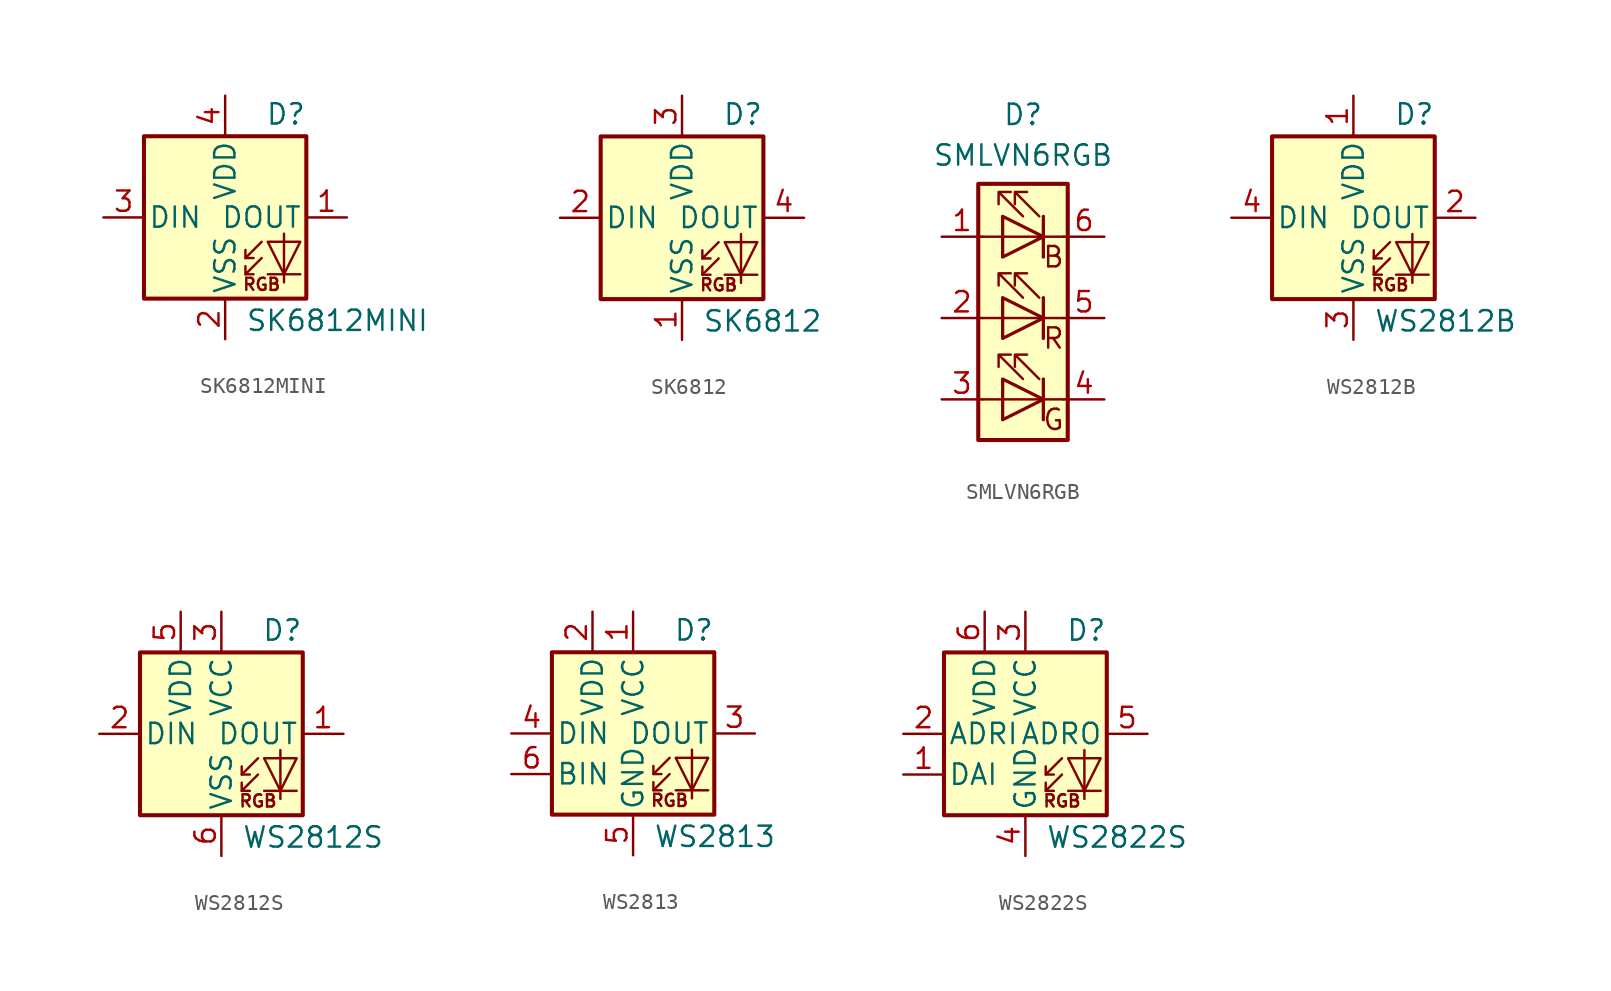
<source format=kicad_sym>
(kicad_symbol_lib
  (version 20201005)
  (generator kicad_symbol_editor)
  (symbol "SK6812MINI"
    (pin_names
      (offset 0.254))
    (property "Reference" "D"
      (at 5.08 5.715 0)
      (effects (font (size 1.27 1.27)) (justify right bottom)))
    (property "Value" "SK6812MINI"
      (at 1.27 -5.715 0)
      (effects (font (size 1.27 1.27)) (justify left top)))
    (symbol "SK6812MINI_0_0"
      (text "RGB" (at 2.286 -4.191 0) (effects (font (size 0.762 0.762)))))
    (symbol "SK6812MINI_0_1"
      (rectangle (start 5.08 5.08) (end -5.08 -5.08) (stroke (width 0.254)) (fill (type background)))
      (polyline (pts (xy 1.27 -3.556) (xy 1.778 -3.556)) (stroke (width 0)) (fill (type none)))
      (polyline (pts (xy 1.27 -2.54) (xy 1.778 -2.54)) (stroke (width 0)) (fill (type none)))
      (polyline (pts (xy 4.699 -3.556) (xy 2.667 -3.556)) (stroke (width 0)) (fill (type none)))
      (polyline (pts (xy 2.286 -2.54) (xy 1.27 -3.556) (xy 1.27 -3.048)) (stroke (width 0)) (fill (type none)))
      (polyline (pts (xy 2.286 -1.524) (xy 1.27 -2.54) (xy 1.27 -2.032)) (stroke (width 0)) (fill (type none)))
      (polyline (pts (xy 3.683 -1.016) (xy 3.683 -3.556) (xy 3.683 -4.064)) (stroke (width 0)) (fill (type none)))
      (polyline (pts (xy 4.699 -1.524) (xy 2.667 -1.524) (xy 3.683 -3.556) (xy 4.699 -1.524)) (stroke (width 0)) (fill (type none))))
    (symbol "SK6812MINI_1_1"
      (pin output line (at 7.62 0 180) (length 2.54) (name "DOUT" (effects (font (size 1.27 1.27)))) (number "1" (effects (font (size 1.27 1.27)))))
      (pin power_in line (at 0 -7.62 90) (length 2.54) (name "VSS" (effects (font (size 1.27 1.27)))) (number "2" (effects (font (size 1.27 1.27)))))
      (pin input line (at -7.62 0 0) (length 2.54) (name "DIN" (effects (font (size 1.27 1.27)))) (number "3" (effects (font (size 1.27 1.27)))))
      (pin power_in line (at 0 7.62 270) (length 2.54) (name "VDD" (effects (font (size 1.27 1.27)))) (number "4" (effects (font (size 1.27 1.27)))))))
  (symbol "SK6812"
    (pin_names
      (offset 0.254))
    (property "Reference" "D"
      (at 5.08 5.715 0)
      (effects (font (size 1.27 1.27)) (justify right bottom)))
    (property "Value" "SK6812"
      (at 1.27 -5.715 0)
      (effects (font (size 1.27 1.27)) (justify left top)))
    (symbol "SK6812_0_0"
      (text "RGB" (at 2.286 -4.191 0) (effects (font (size 0.762 0.762)))))
    (symbol "SK6812_0_1"
      (rectangle (start 5.08 5.08) (end -5.08 -5.08) (stroke (width 0.254)) (fill (type background)))
      (polyline (pts (xy 1.27 -3.556) (xy 1.778 -3.556)) (stroke (width 0)) (fill (type none)))
      (polyline (pts (xy 1.27 -2.54) (xy 1.778 -2.54)) (stroke (width 0)) (fill (type none)))
      (polyline (pts (xy 4.699 -3.556) (xy 2.667 -3.556)) (stroke (width 0)) (fill (type none)))
      (polyline (pts (xy 2.286 -2.54) (xy 1.27 -3.556) (xy 1.27 -3.048)) (stroke (width 0)) (fill (type none)))
      (polyline (pts (xy 2.286 -1.524) (xy 1.27 -2.54) (xy 1.27 -2.032)) (stroke (width 0)) (fill (type none)))
      (polyline (pts (xy 3.683 -1.016) (xy 3.683 -3.556) (xy 3.683 -4.064)) (stroke (width 0)) (fill (type none)))
      (polyline (pts (xy 4.699 -1.524) (xy 2.667 -1.524) (xy 3.683 -3.556) (xy 4.699 -1.524)) (stroke (width 0)) (fill (type none))))
    (symbol "SK6812_1_1"
      (pin power_in line (at 0 -7.62 90) (length 2.54) (name "VSS" (effects (font (size 1.27 1.27)))) (number "1" (effects (font (size 1.27 1.27)))))
      (pin input line (at -7.62 0 0) (length 2.54) (name "DIN" (effects (font (size 1.27 1.27)))) (number "2" (effects (font (size 1.27 1.27)))))
      (pin power_in line (at 0 7.62 270) (length 2.54) (name "VDD" (effects (font (size 1.27 1.27)))) (number "3" (effects (font (size 1.27 1.27)))))
      (pin output line (at 7.62 0 180) (length 2.54) (name "DOUT" (effects (font (size 1.27 1.27)))) (number "4" (effects (font (size 1.27 1.27)))))))
  (symbol "SMLVN6RGB"
    (pin_names
      (offset 0) hide)
    (property "Reference" "D"
      (at 0 12.7 0)
      (effects (font (size 1.27 1.27))))
    (property "Value" "SMLVN6RGB"
      (at 0 10.16 0)
      (effects (font (size 1.27 1.27))))
    (symbol "SMLVN6RGB_0_0"
      (text "B" (at 1.905 3.81 0) (effects (font (size 1.27 1.27))))
      (text "G" (at 1.905 -6.35 0) (effects (font (size 1.27 1.27))))
      (text "R" (at 1.905 -1.27 0) (effects (font (size 1.27 1.27)))))
    (symbol "SMLVN6RGB_0_1"
      (rectangle (start -2.794 8.382) (end 2.794 -7.62) (stroke (width 0.254)) (fill (type background)))
      (rectangle (start -1.27 -1.27) (end -1.27 1.27) (stroke (width 0)) (fill (type none)))
      (rectangle (start -1.27 1.27) (end -1.27 1.27) (stroke (width 0)) (fill (type none)))
      (rectangle (start -1.27 3.81) (end -1.27 6.35) (stroke (width 0)) (fill (type none)))
      (rectangle (start -1.27 6.35) (end -1.27 6.35) (stroke (width 0)) (fill (type none)))
      (polyline (pts (xy -1.27 -5.08) (xy -2.54 -5.08)) (stroke (width 0)) (fill (type none)))
      (polyline (pts (xy -1.27 0) (xy -2.54 0)) (stroke (width 0)) (fill (type none)))
      (polyline (pts (xy -1.27 0) (xy 1.27 0)) (stroke (width 0)) (fill (type none)))
      (polyline (pts (xy -1.27 5.08) (xy -2.54 5.08)) (stroke (width 0)) (fill (type none)))
      (polyline (pts (xy 1.27 -5.08) (xy -1.27 -5.08)) (stroke (width 0)) (fill (type none)))
      (polyline (pts (xy 1.27 -5.08) (xy 2.54 -5.08)) (stroke (width 0)) (fill (type none)))
      (polyline (pts (xy 1.27 -3.81) (xy 1.27 -6.35)) (stroke (width 0.203)) (fill (type none)))
      (polyline (pts (xy 1.27 -3.81) (xy 1.27 -6.35)) (stroke (width 0)) (fill (type none)))
      (polyline (pts (xy 1.27 0) (xy 2.54 0)) (stroke (width 0)) (fill (type none)))
      (polyline (pts (xy 1.27 1.27) (xy 1.27 -1.27)) (stroke (width 0.203)) (fill (type none)))
      (polyline (pts (xy 1.27 5.08) (xy -1.27 5.08)) (stroke (width 0)) (fill (type none)))
      (polyline (pts (xy 1.27 5.08) (xy 2.54 5.08)) (stroke (width 0)) (fill (type none)))
      (polyline (pts (xy 1.27 6.35) (xy 1.27 3.81)) (stroke (width 0.203)) (fill (type none)))
      (polyline (pts (xy 1.27 1.27) (xy 1.27 -1.27) (xy 1.27 -1.27)) (stroke (width 0)) (fill (type none)))
      (polyline (pts (xy 1.27 6.35) (xy 1.27 3.81) (xy 1.27 3.81)) (stroke (width 0)) (fill (type none)))
      (polyline (pts (xy -1.27 -3.81) (xy -1.27 -6.35) (xy 1.27 -5.08) (xy -1.27 -3.81)) (stroke (width 0.203)) (fill (type none)))
      (polyline (pts (xy -1.27 1.27) (xy -1.27 -1.27) (xy 1.27 0) (xy -1.27 1.27)) (stroke (width 0.203)) (fill (type none)))
      (polyline (pts (xy -1.27 6.35) (xy -1.27 3.81) (xy 1.27 5.08) (xy -1.27 6.35)) (stroke (width 0.203)) (fill (type none)))
      (polyline (pts (xy 0 -3.81) (xy -1.524 -2.286) (xy -0.762 -2.286) (xy -1.524 -2.286) (xy -1.524 -3.048)) (stroke (width 0)) (fill (type none)))
      (polyline (pts (xy 0 1.27) (xy -1.524 2.794) (xy -0.762 2.794) (xy -1.524 2.794) (xy -1.524 2.032)) (stroke (width 0)) (fill (type none)))
      (polyline (pts (xy 0 6.35) (xy -1.524 7.874) (xy -0.762 7.874) (xy -1.524 7.874) (xy -1.524 7.112)) (stroke (width 0)) (fill (type none)))
      (polyline (pts (xy 1.016 -3.81) (xy -0.508 -2.286) (xy 0.254 -2.286) (xy -0.508 -2.286) (xy -0.508 -3.048)) (stroke (width 0)) (fill (type none)))
      (polyline (pts (xy 1.016 1.27) (xy -0.508 2.794) (xy 0.254 2.794) (xy -0.508 2.794) (xy -0.508 2.032)) (stroke (width 0)) (fill (type none)))
      (polyline (pts (xy 1.016 6.35) (xy -0.508 7.874) (xy 0.254 7.874) (xy -0.508 7.874) (xy -0.508 7.112)) (stroke (width 0)) (fill (type none))))
    (symbol "SMLVN6RGB_1_1"
      (pin passive line (at -5.08 5.08 0) (length 2.54) (name "BA" (effects (font (size 1.27 1.27)))) (number "1" (effects (font (size 1.27 1.27)))))
      (pin passive line (at -5.08 0 0) (length 2.54) (name "RA" (effects (font (size 1.27 1.27)))) (number "2" (effects (font (size 1.27 1.27)))))
      (pin passive line (at -5.08 -5.08 0) (length 2.54) (name "GA" (effects (font (size 1.27 1.27)))) (number "3" (effects (font (size 1.27 1.27)))))
      (pin passive line (at 5.08 -5.08 180) (length 2.54) (name "GK" (effects (font (size 1.27 1.27)))) (number "4" (effects (font (size 1.27 1.27)))))
      (pin passive line (at 5.08 0 180) (length 2.54) (name "RK" (effects (font (size 1.27 1.27)))) (number "5" (effects (font (size 1.27 1.27)))))
      (pin passive line (at 5.08 5.08 180) (length 2.54) (name "BK" (effects (font (size 1.27 1.27)))) (number "6" (effects (font (size 1.27 1.27)))))))
  (symbol "WS2812B"
    (pin_names
      (offset 0.254))
    (property "Reference" "D"
      (at 5.08 5.715 0)
      (effects (font (size 1.27 1.27)) (justify right bottom)))
    (property "Value" "WS2812B"
      (at 1.27 -5.715 0)
      (effects (font (size 1.27 1.27)) (justify left top)))
    (symbol "WS2812B_0_0"
      (text "RGB" (at 2.286 -4.191 0) (effects (font (size 0.762 0.762)))))
    (symbol "WS2812B_0_1"
      (rectangle (start 5.08 5.08) (end -5.08 -5.08) (stroke (width 0.254)) (fill (type background)))
      (polyline (pts (xy 1.27 -3.556) (xy 1.778 -3.556)) (stroke (width 0)) (fill (type none)))
      (polyline (pts (xy 1.27 -2.54) (xy 1.778 -2.54)) (stroke (width 0)) (fill (type none)))
      (polyline (pts (xy 4.699 -3.556) (xy 2.667 -3.556)) (stroke (width 0)) (fill (type none)))
      (polyline (pts (xy 2.286 -2.54) (xy 1.27 -3.556) (xy 1.27 -3.048)) (stroke (width 0)) (fill (type none)))
      (polyline (pts (xy 2.286 -1.524) (xy 1.27 -2.54) (xy 1.27 -2.032)) (stroke (width 0)) (fill (type none)))
      (polyline (pts (xy 3.683 -1.016) (xy 3.683 -3.556) (xy 3.683 -4.064)) (stroke (width 0)) (fill (type none)))
      (polyline (pts (xy 4.699 -1.524) (xy 2.667 -1.524) (xy 3.683 -3.556) (xy 4.699 -1.524)) (stroke (width 0)) (fill (type none))))
    (symbol "WS2812B_1_1"
      (pin power_in line (at 0 7.62 270) (length 2.54) (name "VDD" (effects (font (size 1.27 1.27)))) (number "1" (effects (font (size 1.27 1.27)))))
      (pin output line (at 7.62 0 180) (length 2.54) (name "DOUT" (effects (font (size 1.27 1.27)))) (number "2" (effects (font (size 1.27 1.27)))))
      (pin power_in line (at 0 -7.62 90) (length 2.54) (name "VSS" (effects (font (size 1.27 1.27)))) (number "3" (effects (font (size 1.27 1.27)))))
      (pin input line (at -7.62 0 0) (length 2.54) (name "DIN" (effects (font (size 1.27 1.27)))) (number "4" (effects (font (size 1.27 1.27)))))))
  (symbol "WS2812S"
    (pin_names
      (offset 0.254))
    (property "Reference" "D"
      (at 5.08 5.715 0)
      (effects (font (size 1.27 1.27)) (justify right bottom)))
    (property "Value" "WS2812S"
      (at 1.27 -5.715 0)
      (effects (font (size 1.27 1.27)) (justify left top)))
    (symbol "WS2812S_0_0"
      (text "RGB" (at 2.286 -4.191 0) (effects (font (size 0.762 0.762)))))
    (symbol "WS2812S_0_1"
      (rectangle (start 5.08 5.08) (end -5.08 -5.08) (stroke (width 0.254)) (fill (type background)))
      (polyline (pts (xy 1.27 -3.556) (xy 1.778 -3.556)) (stroke (width 0)) (fill (type none)))
      (polyline (pts (xy 1.27 -2.54) (xy 1.778 -2.54)) (stroke (width 0)) (fill (type none)))
      (polyline (pts (xy 4.699 -3.556) (xy 2.667 -3.556)) (stroke (width 0)) (fill (type none)))
      (polyline (pts (xy 2.286 -2.54) (xy 1.27 -3.556) (xy 1.27 -3.048)) (stroke (width 0)) (fill (type none)))
      (polyline (pts (xy 2.286 -1.524) (xy 1.27 -2.54) (xy 1.27 -2.032)) (stroke (width 0)) (fill (type none)))
      (polyline (pts (xy 3.683 -1.016) (xy 3.683 -3.556) (xy 3.683 -4.064)) (stroke (width 0)) (fill (type none)))
      (polyline (pts (xy 4.699 -1.524) (xy 2.667 -1.524) (xy 3.683 -3.556) (xy 4.699 -1.524)) (stroke (width 0)) (fill (type none))))
    (symbol "WS2812S_1_1"
      (pin output line (at 7.62 0 180) (length 2.54) (name "DOUT" (effects (font (size 1.27 1.27)))) (number "1" (effects (font (size 1.27 1.27)))))
      (pin input line (at -7.62 0 0) (length 2.54) (name "DIN" (effects (font (size 1.27 1.27)))) (number "2" (effects (font (size 1.27 1.27)))))
      (pin power_in line (at 0 7.62 270) (length 2.54) (name "VCC" (effects (font (size 1.27 1.27)))) (number "3" (effects (font (size 1.27 1.27)))))
      (pin no_connect line (at 5.08 2.54 180) (length 2.54) hide (name "NC" (effects (font (size 1.27 1.27)))) (number "4" (effects (font (size 1.27 1.27)))))
      (pin power_in line (at -2.54 7.62 270) (length 2.54) (name "VDD" (effects (font (size 1.27 1.27)))) (number "5" (effects (font (size 1.27 1.27)))))
      (pin power_in line (at 0 -7.62 90) (length 2.54) (name "VSS" (effects (font (size 1.27 1.27)))) (number "6" (effects (font (size 1.27 1.27)))))))
  (symbol "WS2813"
    (pin_names
      (offset 0.254))
    (property "Reference" "D"
      (at 5.08 5.715 0)
      (effects (font (size 1.27 1.27)) (justify right bottom)))
    (property "Value" "WS2813"
      (at 1.27 -5.715 0)
      (effects (font (size 1.27 1.27)) (justify left top)))
    (symbol "WS2813_0_0"
      (text "RGB" (at 2.286 -4.191 0) (effects (font (size 0.762 0.762)))))
    (symbol "WS2813_0_1"
      (rectangle (start 5.08 5.08) (end -5.08 -5.08) (stroke (width 0.254)) (fill (type background)))
      (polyline (pts (xy 1.27 -3.556) (xy 1.778 -3.556)) (stroke (width 0)) (fill (type none)))
      (polyline (pts (xy 1.27 -2.54) (xy 1.778 -2.54)) (stroke (width 0)) (fill (type none)))
      (polyline (pts (xy 4.699 -3.556) (xy 2.667 -3.556)) (stroke (width 0)) (fill (type none)))
      (polyline (pts (xy 2.286 -2.54) (xy 1.27 -3.556) (xy 1.27 -3.048)) (stroke (width 0)) (fill (type none)))
      (polyline (pts (xy 2.286 -1.524) (xy 1.27 -2.54) (xy 1.27 -2.032)) (stroke (width 0)) (fill (type none)))
      (polyline (pts (xy 3.683 -1.016) (xy 3.683 -3.556) (xy 3.683 -4.064)) (stroke (width 0)) (fill (type none)))
      (polyline (pts (xy 4.699 -1.524) (xy 2.667 -1.524) (xy 3.683 -3.556) (xy 4.699 -1.524)) (stroke (width 0)) (fill (type none))))
    (symbol "WS2813_1_1"
      (pin power_in line (at 0 7.62 270) (length 2.54) (name "VCC" (effects (font (size 1.27 1.27)))) (number "1" (effects (font (size 1.27 1.27)))))
      (pin power_in line (at -2.54 7.62 270) (length 2.54) (name "VDD" (effects (font (size 1.27 1.27)))) (number "2" (effects (font (size 1.27 1.27)))))
      (pin output line (at 7.62 0 180) (length 2.54) (name "DOUT" (effects (font (size 1.27 1.27)))) (number "3" (effects (font (size 1.27 1.27)))))
      (pin input line (at -7.62 0 0) (length 2.54) (name "DIN" (effects (font (size 1.27 1.27)))) (number "4" (effects (font (size 1.27 1.27)))))
      (pin power_in line (at 0 -7.62 90) (length 2.54) (name "GND" (effects (font (size 1.27 1.27)))) (number "5" (effects (font (size 1.27 1.27)))))
      (pin input line (at -7.62 -2.54 0) (length 2.54) (name "BIN" (effects (font (size 1.27 1.27)))) (number "6" (effects (font (size 1.27 1.27)))))))
  (symbol "WS2822S"
    (pin_names
      (offset 0.254))
    (property "Reference" "D"
      (at 5.08 5.715 0)
      (effects (font (size 1.27 1.27)) (justify right bottom)))
    (property "Value" "WS2822S"
      (at 1.27 -5.715 0)
      (effects (font (size 1.27 1.27)) (justify left top)))
    (symbol "WS2822S_0_0"
      (text "RGB" (at 2.286 -4.191 0) (effects (font (size 0.762 0.762)))))
    (symbol "WS2822S_0_1"
      (rectangle (start -5.08 5.08) (end 5.08 -5.08) (stroke (width 0.254)) (fill (type background)))
      (polyline (pts (xy 1.27 -3.556) (xy 1.778 -3.556)) (stroke (width 0)) (fill (type none)))
      (polyline (pts (xy 1.27 -2.54) (xy 1.778 -2.54)) (stroke (width 0)) (fill (type none)))
      (polyline (pts (xy 4.699 -3.556) (xy 2.667 -3.556)) (stroke (width 0)) (fill (type none)))
      (polyline (pts (xy 2.286 -2.54) (xy 1.27 -3.556) (xy 1.27 -3.048)) (stroke (width 0)) (fill (type none)))
      (polyline (pts (xy 2.286 -1.524) (xy 1.27 -2.54) (xy 1.27 -2.032)) (stroke (width 0)) (fill (type none)))
      (polyline (pts (xy 3.683 -1.016) (xy 3.683 -3.556) (xy 3.683 -4.064)) (stroke (width 0)) (fill (type none)))
      (polyline (pts (xy 4.699 -1.524) (xy 2.667 -1.524) (xy 3.683 -3.556) (xy 4.699 -1.524)) (stroke (width 0)) (fill (type none))))
    (symbol "WS2822S_1_1"
      (pin input line (at -7.62 -2.54 0) (length 2.54) (name "DAI" (effects (font (size 1.27 1.27)))) (number "1" (effects (font (size 1.27 1.27)))))
      (pin input line (at -7.62 0 0) (length 2.54) (name "ADRI" (effects (font (size 1.27 1.27)))) (number "2" (effects (font (size 1.27 1.27)))))
      (pin power_in line (at 0 7.62 270) (length 2.54) (name "VCC" (effects (font (size 1.27 1.27)))) (number "3" (effects (font (size 1.27 1.27)))))
      (pin power_in line (at 0 -7.62 90) (length 2.54) (name "GND" (effects (font (size 1.27 1.27)))) (number "4" (effects (font (size 1.27 1.27)))))
      (pin output line (at 7.62 0 180) (length 2.54) (name "ADRO" (effects (font (size 1.27 1.27)))) (number "5" (effects (font (size 1.27 1.27)))))
      (pin power_in line (at -2.54 7.62 270) (length 2.54) (name "VDD" (effects (font (size 1.27 1.27)))) (number "6" (effects (font (size 1.27 1.27))))))))
</source>
